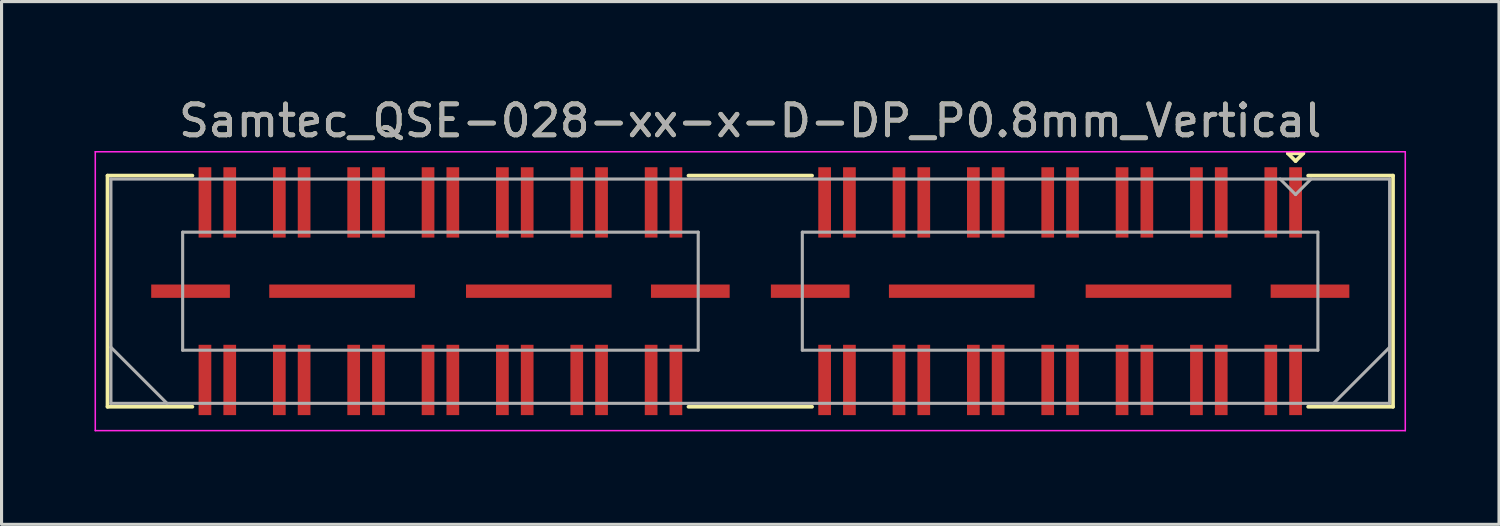
<source format=kicad_pcb>
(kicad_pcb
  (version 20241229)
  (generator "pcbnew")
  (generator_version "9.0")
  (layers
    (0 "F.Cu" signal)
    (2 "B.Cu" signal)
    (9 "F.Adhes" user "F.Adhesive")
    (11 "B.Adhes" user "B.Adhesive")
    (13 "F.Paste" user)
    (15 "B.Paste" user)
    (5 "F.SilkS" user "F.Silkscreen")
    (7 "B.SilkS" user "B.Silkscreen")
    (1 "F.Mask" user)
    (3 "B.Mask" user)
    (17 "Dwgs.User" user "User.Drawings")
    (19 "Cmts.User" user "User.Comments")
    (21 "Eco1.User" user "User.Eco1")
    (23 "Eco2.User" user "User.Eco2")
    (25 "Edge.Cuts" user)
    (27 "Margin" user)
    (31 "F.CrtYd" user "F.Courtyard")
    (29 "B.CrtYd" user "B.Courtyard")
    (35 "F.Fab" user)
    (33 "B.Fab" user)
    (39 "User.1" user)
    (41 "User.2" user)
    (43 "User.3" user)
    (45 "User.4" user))
  (footprint "Samtec_QSE-028-xx-x-D-DP_P0.8mm_Vertical"
    (layer "F.Cu")
    (at 21.165 6.348)
    (property "Reference" "Samtec_QSE-028-xx-x-D-DP_P0.8mm_Vertical" (at 0 -5.5 0) (layer "F.SilkS") (effects (font (size 1 1) (thickness 0.15))))
    (attr smd)
    (fp_line (start -20.745 -3.73) (end -18.005 -3.73) (stroke (width 0.12) (type solid)) (layer "F.SilkS"))
    (fp_line (start -20.745 3.73) (end -20.745 -3.73) (stroke (width 0.12) (type solid)) (layer "F.SilkS"))
    (fp_line (start -18.005 3.73) (end -20.745 3.73) (stroke (width 0.12) (type solid)) (layer "F.SilkS"))
    (fp_line (start 1.995 -3.73) (end -1.995 -3.73) (stroke (width 0.12) (type solid)) (layer "F.SilkS"))
    (fp_line (start 1.995 3.73) (end -1.995 3.73) (stroke (width 0.12) (type solid)) (layer "F.SilkS"))
    (fp_line (start 17.35 -4.45) (end 17.85 -4.45) (stroke (width 0.12) (type solid)) (layer "F.SilkS"))
    (fp_line (start 17.6 -4.2) (end 17.35 -4.45) (stroke (width 0.12) (type solid)) (layer "F.SilkS"))
    (fp_line (start 17.85 -4.45) (end 17.6 -4.2) (stroke (width 0.12) (type solid)) (layer "F.SilkS"))
    (fp_line (start 18.005 3.73) (end 20.745 3.73) (stroke (width 0.12) (type solid)) (layer "F.SilkS"))
    (fp_line (start 20.745 -3.73) (end 18.005 -3.73) (stroke (width 0.12) (type solid)) (layer "F.SilkS"))
    (fp_line (start 20.745 3.73) (end 20.745 -3.73) (stroke (width 0.12) (type solid)) (layer "F.SilkS"))
    (fp_line (start -21.14 -4.5) (end -21.14 4.5) (stroke (width 0.05) (type solid)) (layer "F.CrtYd"))
    (fp_line (start -21.14 4.5) (end 21.14 4.5) (stroke (width 0.05) (type solid)) (layer "F.CrtYd"))
    (fp_line (start 21.14 -4.5) (end -21.14 -4.5) (stroke (width 0.05) (type solid)) (layer "F.CrtYd"))
    (fp_line (start 21.14 4.5) (end 21.14 -4.5) (stroke (width 0.05) (type solid)) (layer "F.CrtYd"))
    (fp_line (start -20.635 -3.62) (end -20.635 3.62) (stroke (width 0.1) (type solid)) (layer "F.Fab"))
    (fp_line (start -20.635 1.81) (end -18.825 3.62) (stroke (width 0.1) (type solid)) (layer "F.Fab"))
    (fp_line (start -20.635 3.62) (end 20.635 3.62) (stroke (width 0.1) (type solid)) (layer "F.Fab"))
    (fp_line (start -18.32 -1.905) (end -18.32 1.905) (stroke (width 0.1) (type solid)) (layer "F.Fab"))
    (fp_line (start -18.32 1.905) (end -1.68 1.905) (stroke (width 0.1) (type solid)) (layer "F.Fab"))
    (fp_line (start -1.68 -1.905) (end -18.32 -1.905) (stroke (width 0.1) (type solid)) (layer "F.Fab"))
    (fp_line (start -1.68 1.905) (end -1.68 -1.905) (stroke (width 0.1) (type solid)) (layer "F.Fab"))
    (fp_line (start 1.68 -1.905) (end 1.68 1.905) (stroke (width 0.1) (type solid)) (layer "F.Fab"))
    (fp_line (start 1.68 1.905) (end 18.32 1.905) (stroke (width 0.1) (type solid)) (layer "F.Fab"))
    (fp_line (start 17.6 -3.12) (end 17.1 -3.62) (stroke (width 0.1) (type solid)) (layer "F.Fab"))
    (fp_line (start 18.1 -3.62) (end 17.6 -3.12) (stroke (width 0.1) (type solid)) (layer "F.Fab"))
    (fp_line (start 18.32 -1.905) (end 1.68 -1.905) (stroke (width 0.1) (type solid)) (layer "F.Fab"))
    (fp_line (start 18.32 1.905) (end 18.32 -1.905) (stroke (width 0.1) (type solid)) (layer "F.Fab"))
    (fp_line (start 20.635 -3.62) (end -20.635 -3.62) (stroke (width 0.1) (type solid)) (layer "F.Fab"))
    (fp_line (start 20.635 1.81) (end 18.825 3.62) (stroke (width 0.1) (type solid)) (layer "F.Fab"))
    (fp_line (start 20.635 3.62) (end 20.635 -3.62) (stroke (width 0.1) (type solid)) (layer "F.Fab"))
    (fp_text user "${REFERENCE}" (at 0 -5.5 0) (layer "F.Fab") (effects (font (size 1 1) (thickness 0.15))))
    (pad "1" smd rect (at 17.6 -2.865) (size 0.41 2.27) (layers "F.Cu" "F.Mask" "F.Paste"))
    (pad "2" smd rect (at 17.6 2.865) (size 0.41 2.27) (layers "F.Cu" "F.Mask" "F.Paste"))
    (pad "3" smd rect (at 16.8 -2.865) (size 0.41 2.27) (layers "F.Cu" "F.Mask" "F.Paste"))
    (pad "4" smd rect (at 16.8 2.865) (size 0.41 2.27) (layers "F.Cu" "F.Mask" "F.Paste"))
    (pad "5" smd rect (at 15.2 -2.865) (size 0.41 2.27) (layers "F.Cu" "F.Mask" "F.Paste"))
    (pad "6" smd rect (at 15.2 2.865) (size 0.41 2.27) (layers "F.Cu" "F.Mask" "F.Paste"))
    (pad "7" smd rect (at 14.4 -2.865) (size 0.41 2.27) (layers "F.Cu" "F.Mask" "F.Paste"))
    (pad "8" smd rect (at 14.4 2.865) (size 0.41 2.27) (layers "F.Cu" "F.Mask" "F.Paste"))
    (pad "9" smd rect (at 12.8 -2.865) (size 0.41 2.27) (layers "F.Cu" "F.Mask" "F.Paste"))
    (pad "10" smd rect (at 12.8 2.865) (size 0.41 2.27) (layers "F.Cu" "F.Mask" "F.Paste"))
    (pad "11" smd rect (at 12 -2.865) (size 0.41 2.27) (layers "F.Cu" "F.Mask" "F.Paste"))
    (pad "12" smd rect (at 12 2.865) (size 0.41 2.27) (layers "F.Cu" "F.Mask" "F.Paste"))
    (pad "13" smd rect (at 10.4 -2.865) (size 0.41 2.27) (layers "F.Cu" "F.Mask" "F.Paste"))
    (pad "14" smd rect (at 10.4 2.865) (size 0.41 2.27) (layers "F.Cu" "F.Mask" "F.Paste"))
    (pad "15" smd rect (at 9.6 -2.865) (size 0.41 2.27) (layers "F.Cu" "F.Mask" "F.Paste"))
    (pad "16" smd rect (at 9.6 2.865) (size 0.41 2.27) (layers "F.Cu" "F.Mask" "F.Paste"))
    (pad "17" smd rect (at 8 -2.865) (size 0.41 2.27) (layers "F.Cu" "F.Mask" "F.Paste"))
    (pad "18" smd rect (at 8 2.865) (size 0.41 2.27) (layers "F.Cu" "F.Mask" "F.Paste"))
    (pad "19" smd rect (at 7.2 -2.865) (size 0.41 2.27) (layers "F.Cu" "F.Mask" "F.Paste"))
    (pad "20" smd rect (at 7.2 2.865) (size 0.41 2.27) (layers "F.Cu" "F.Mask" "F.Paste"))
    (pad "21" smd rect (at 5.6 -2.865) (size 0.41 2.27) (layers "F.Cu" "F.Mask" "F.Paste"))
    (pad "22" smd rect (at 5.6 2.865) (size 0.41 2.27) (layers "F.Cu" "F.Mask" "F.Paste"))
    (pad "23" smd rect (at 4.8 -2.865) (size 0.41 2.27) (layers "F.Cu" "F.Mask" "F.Paste"))
    (pad "24" smd rect (at 4.8 2.865) (size 0.41 2.27) (layers "F.Cu" "F.Mask" "F.Paste"))
    (pad "25" smd rect (at 3.2 -2.865) (size 0.41 2.27) (layers "F.Cu" "F.Mask" "F.Paste"))
    (pad "26" smd rect (at 3.2 2.865) (size 0.41 2.27) (layers "F.Cu" "F.Mask" "F.Paste"))
    (pad "27" smd rect (at 2.4 -2.865) (size 0.41 2.27) (layers "F.Cu" "F.Mask" "F.Paste"))
    (pad "28" smd rect (at 2.4 2.865) (size 0.41 2.27) (layers "F.Cu" "F.Mask" "F.Paste"))
    (pad "29" smd rect (at -2.4 -2.865) (size 0.41 2.27) (layers "F.Cu" "F.Mask" "F.Paste"))
    (pad "30" smd rect (at -2.4 2.865) (size 0.41 2.27) (layers "F.Cu" "F.Mask" "F.Paste"))
    (pad "31" smd rect (at -3.2 -2.865) (size 0.41 2.27) (layers "F.Cu" "F.Mask" "F.Paste"))
    (pad "32" smd rect (at -3.2 2.865) (size 0.41 2.27) (layers "F.Cu" "F.Mask" "F.Paste"))
    (pad "33" smd rect (at -4.8 -2.865) (size 0.41 2.27) (layers "F.Cu" "F.Mask" "F.Paste"))
    (pad "34" smd rect (at -4.8 2.865) (size 0.41 2.27) (layers "F.Cu" "F.Mask" "F.Paste"))
    (pad "35" smd rect (at -5.6 -2.865) (size 0.41 2.27) (layers "F.Cu" "F.Mask" "F.Paste"))
    (pad "36" smd rect (at -5.6 2.865) (size 0.41 2.27) (layers "F.Cu" "F.Mask" "F.Paste"))
    (pad "37" smd rect (at -7.2 -2.865) (size 0.41 2.27) (layers "F.Cu" "F.Mask" "F.Paste"))
    (pad "38" smd rect (at -7.2 2.865) (size 0.41 2.27) (layers "F.Cu" "F.Mask" "F.Paste"))
    (pad "39" smd rect (at -8 -2.865) (size 0.41 2.27) (layers "F.Cu" "F.Mask" "F.Paste"))
    (pad "40" smd rect (at -8 2.865) (size 0.41 2.27) (layers "F.Cu" "F.Mask" "F.Paste"))
    (pad "41" smd rect (at -9.6 -2.865) (size 0.41 2.27) (layers "F.Cu" "F.Mask" "F.Paste"))
    (pad "42" smd rect (at -9.6 2.865) (size 0.41 2.27) (layers "F.Cu" "F.Mask" "F.Paste"))
    (pad "43" smd rect (at -10.4 -2.865) (size 0.41 2.27) (layers "F.Cu" "F.Mask" "F.Paste"))
    (pad "44" smd rect (at -10.4 2.865) (size 0.41 2.27) (layers "F.Cu" "F.Mask" "F.Paste"))
    (pad "45" smd rect (at -12 -2.865) (size 0.41 2.27) (layers "F.Cu" "F.Mask" "F.Paste"))
    (pad "46" smd rect (at -12 2.865) (size 0.41 2.27) (layers "F.Cu" "F.Mask" "F.Paste"))
    (pad "47" smd rect (at -12.8 -2.865) (size 0.41 2.27) (layers "F.Cu" "F.Mask" "F.Paste"))
    (pad "48" smd rect (at -12.8 2.865) (size 0.41 2.27) (layers "F.Cu" "F.Mask" "F.Paste"))
    (pad "49" smd rect (at -14.4 -2.865) (size 0.41 2.27) (layers "F.Cu" "F.Mask" "F.Paste"))
    (pad "50" smd rect (at -14.4 2.865) (size 0.41 2.27) (layers "F.Cu" "F.Mask" "F.Paste"))
    (pad "51" smd rect (at -15.2 -2.865) (size 0.41 2.27) (layers "F.Cu" "F.Mask" "F.Paste"))
    (pad "52" smd rect (at -15.2 2.865) (size 0.41 2.27) (layers "F.Cu" "F.Mask" "F.Paste"))
    (pad "53" smd rect (at -16.8 -2.865) (size 0.41 2.27) (layers "F.Cu" "F.Mask" "F.Paste"))
    (pad "54" smd rect (at -16.8 2.865) (size 0.41 2.27) (layers "F.Cu" "F.Mask" "F.Paste"))
    (pad "55" smd rect (at -17.6 -2.865) (size 0.41 2.27) (layers "F.Cu" "F.Mask" "F.Paste"))
    (pad "56" smd rect (at -17.6 2.865) (size 0.41 2.27) (layers "F.Cu" "F.Mask" "F.Paste"))
    (pad "P1" smd rect (at 1.935 0) (size 2.54 0.43) (layers "F.Cu" "F.Mask" "F.Paste"))
    (pad "P1" smd rect (at 6.825 0) (size 4.7 0.43) (layers "F.Cu" "F.Mask" "F.Paste"))
    (pad "P1" smd rect (at 13.175 0) (size 4.7 0.43) (layers "F.Cu" "F.Mask" "F.Paste"))
    (pad "P1" smd rect (at 18.065 0) (size 2.54 0.43) (layers "F.Cu" "F.Mask" "F.Paste"))
    (pad "P2" smd rect (at -18.065 0) (size 2.54 0.43) (layers "F.Cu" "F.Mask" "F.Paste"))
    (pad "P2" smd rect (at -13.175 0) (size 4.7 0.43) (layers "F.Cu" "F.Mask" "F.Paste"))
    (pad "P2" smd rect (at -6.825 0) (size 4.7 0.43) (layers "F.Cu" "F.Mask" "F.Paste"))
    (pad "P2" smd rect (at -1.935 0) (size 2.54 0.43) (layers "F.Cu" "F.Mask" "F.Paste")))
  (gr_rect
    (start -3 -3)
    (end 45.33 13.873)
    (stroke (width 0.1) (type default))
    (fill no)
    (layer "Edge.Cuts")))
</source>
